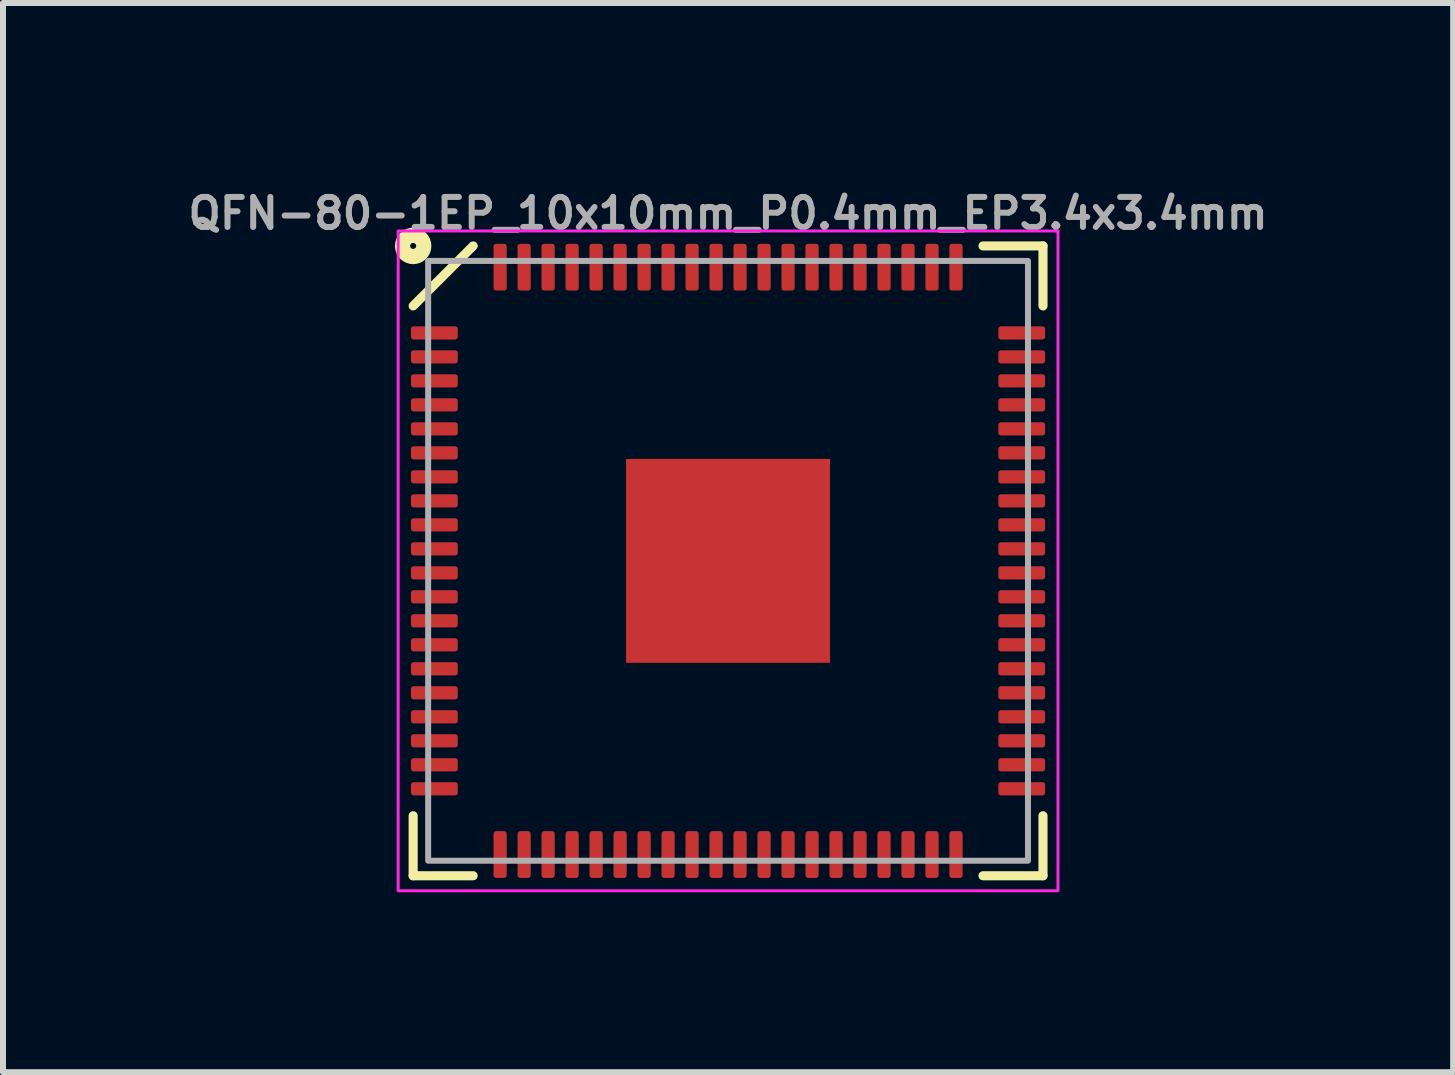
<source format=kicad_pcb>
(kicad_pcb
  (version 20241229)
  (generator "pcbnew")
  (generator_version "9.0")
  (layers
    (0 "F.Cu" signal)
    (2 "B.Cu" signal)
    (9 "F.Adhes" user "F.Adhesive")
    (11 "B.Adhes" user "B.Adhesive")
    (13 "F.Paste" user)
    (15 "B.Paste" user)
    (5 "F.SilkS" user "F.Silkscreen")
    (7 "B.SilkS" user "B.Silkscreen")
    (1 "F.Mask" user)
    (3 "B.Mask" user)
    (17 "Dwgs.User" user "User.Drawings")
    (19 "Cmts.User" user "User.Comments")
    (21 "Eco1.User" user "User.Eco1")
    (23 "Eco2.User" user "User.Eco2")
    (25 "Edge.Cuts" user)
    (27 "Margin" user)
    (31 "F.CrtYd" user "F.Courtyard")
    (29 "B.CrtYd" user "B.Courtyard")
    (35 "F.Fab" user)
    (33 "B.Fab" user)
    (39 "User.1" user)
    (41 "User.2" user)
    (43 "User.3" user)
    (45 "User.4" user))
  (footprint "QFN-80-1EP_10x10mm_P0.4mm_EP3.4x3.4mm"
    (layer "F.Cu")
    (at 9.088 6.3)
    (property "Reference" "QFN-80-1EP_10x10mm_P0.4mm_EP3.4x3.4mm" (at 0 -5.5 180) (layer "F.Fab") (effects (font (size 0.5 0.5) (thickness 0.1) (bold yes)) (justify bottom)))
    (fp_line (start -5.25 5.25) (end -5.25 4.25) (stroke (width 0.152) (type solid)) (layer "F.SilkS"))
    (fp_line (start -4.25 -5.25) (end -5.25 -4.25) (stroke (width 0.152) (type solid)) (layer "F.SilkS"))
    (fp_line (start -4.25 5.25) (end -5.25 5.25) (stroke (width 0.152) (type solid)) (layer "F.SilkS"))
    (fp_line (start 4.25 5.25) (end 5.25 5.25) (stroke (width 0.152) (type solid)) (layer "F.SilkS"))
    (fp_line (start 5.25 -5.25) (end 4.25 -5.25) (stroke (width 0.152) (type solid)) (layer "F.SilkS"))
    (fp_line (start 5.25 -4.25) (end 5.25 -5.25) (stroke (width 0.152) (type solid)) (layer "F.SilkS"))
    (fp_line (start 5.25 4.25) (end 5.25 5.25) (stroke (width 0.152) (type solid)) (layer "F.SilkS"))
    (fp_circle (center -5.25 -5.25) (end -5.2 -5.25) (stroke (width 0.254) (type solid)) (fill no) (layer "F.SilkS"))
    (fp_rect (start -3.9 -5.225) (end -3.7 -4.575) (stroke (width 0) (type default)) (fill yes) (layer "F.Paste"))
    (fp_rect (start -3.9 4.6) (end -3.7 5.25) (stroke (width 0) (type default)) (fill yes) (layer "F.Paste"))
    (fp_rect (start -3.5 -5.225) (end -3.3 -4.575) (stroke (width 0) (type default)) (fill yes) (layer "F.Paste"))
    (fp_rect (start -3.5 4.6) (end -3.3 5.25) (stroke (width 0) (type default)) (fill yes) (layer "F.Paste"))
    (fp_rect (start -3.1 -5.225) (end -2.9 -4.575) (stroke (width 0) (type default)) (fill yes) (layer "F.Paste"))
    (fp_rect (start -3.1 4.6) (end -2.9 5.25) (stroke (width 0) (type default)) (fill yes) (layer "F.Paste"))
    (fp_rect (start -2.7 -5.225) (end -2.5 -4.575) (stroke (width 0) (type default)) (fill yes) (layer "F.Paste"))
    (fp_rect (start -2.7 4.6) (end -2.5 5.25) (stroke (width 0) (type default)) (fill yes) (layer "F.Paste"))
    (fp_rect (start -2.3 -5.225) (end -2.1 -4.575) (stroke (width 0) (type default)) (fill yes) (layer "F.Paste"))
    (fp_rect (start -2.3 4.6) (end -2.1 5.25) (stroke (width 0) (type default)) (fill yes) (layer "F.Paste"))
    (fp_rect (start -1.9 -5.225) (end -1.7 -4.575) (stroke (width 0) (type default)) (fill yes) (layer "F.Paste"))
    (fp_rect (start -1.9 4.6) (end -1.7 5.25) (stroke (width 0) (type default)) (fill yes) (layer "F.Paste"))
    (fp_rect (start -1.5 -5.225) (end -1.3 -4.575) (stroke (width 0) (type default)) (fill yes) (layer "F.Paste"))
    (fp_rect (start -1.5 4.6) (end -1.3 5.25) (stroke (width 0) (type default)) (fill yes) (layer "F.Paste"))
    (fp_rect (start -1.1 -5.225) (end -0.9 -4.575) (stroke (width 0) (type default)) (fill yes) (layer "F.Paste"))
    (fp_rect (start -1.1 4.6) (end -0.9 5.25) (stroke (width 0) (type default)) (fill yes) (layer "F.Paste"))
    (fp_rect (start -0.7 -5.225) (end -0.5 -4.575) (stroke (width 0) (type default)) (fill yes) (layer "F.Paste"))
    (fp_rect (start -0.7 4.6) (end -0.5 5.25) (stroke (width 0) (type default)) (fill yes) (layer "F.Paste"))
    (fp_rect (start -0.3 -5.225) (end -0.1 -4.575) (stroke (width 0) (type default)) (fill yes) (layer "F.Paste"))
    (fp_rect (start -0.3 4.6) (end -0.1 5.25) (stroke (width 0) (type default)) (fill yes) (layer "F.Paste"))
    (fp_rect (start 0.1 -5.225) (end 0.3 -4.575) (stroke (width 0) (type default)) (fill yes) (layer "F.Paste"))
    (fp_rect (start 0.1 4.6) (end 0.3 5.25) (stroke (width 0) (type default)) (fill yes) (layer "F.Paste"))
    (fp_rect (start 0.5 -5.225) (end 0.7 -4.575) (stroke (width 0) (type default)) (fill yes) (layer "F.Paste"))
    (fp_rect (start 0.5 4.6) (end 0.7 5.25) (stroke (width 0) (type default)) (fill yes) (layer "F.Paste"))
    (fp_rect (start 0.9 -5.225) (end 1.1 -4.575) (stroke (width 0) (type default)) (fill yes) (layer "F.Paste"))
    (fp_rect (start 0.9 4.6) (end 1.1 5.25) (stroke (width 0) (type default)) (fill yes) (layer "F.Paste"))
    (fp_rect (start 1.3 -5.225) (end 1.5 -4.575) (stroke (width 0) (type default)) (fill yes) (layer "F.Paste"))
    (fp_rect (start 1.3 4.6) (end 1.5 5.25) (stroke (width 0) (type default)) (fill yes) (layer "F.Paste"))
    (fp_rect (start 1.7 -5.225) (end 1.9 -4.575) (stroke (width 0) (type default)) (fill yes) (layer "F.Paste"))
    (fp_rect (start 1.7 4.6) (end 1.9 5.25) (stroke (width 0) (type default)) (fill yes) (layer "F.Paste"))
    (fp_rect (start 2.1 -5.225) (end 2.3 -4.575) (stroke (width 0) (type default)) (fill yes) (layer "F.Paste"))
    (fp_rect (start 2.1 4.6) (end 2.3 5.25) (stroke (width 0) (type default)) (fill yes) (layer "F.Paste"))
    (fp_rect (start 2.5 -5.225) (end 2.7 -4.575) (stroke (width 0) (type default)) (fill yes) (layer "F.Paste"))
    (fp_rect (start 2.5 4.6) (end 2.7 5.25) (stroke (width 0) (type default)) (fill yes) (layer "F.Paste"))
    (fp_rect (start 2.9 -5.225) (end 3.1 -4.575) (stroke (width 0) (type default)) (fill yes) (layer "F.Paste"))
    (fp_rect (start 2.9 4.6) (end 3.1 5.25) (stroke (width 0) (type default)) (fill yes) (layer "F.Paste"))
    (fp_rect (start 3.3 -5.225) (end 3.5 -4.575) (stroke (width 0) (type default)) (fill yes) (layer "F.Paste"))
    (fp_rect (start 3.3 4.6) (end 3.5 5.25) (stroke (width 0) (type default)) (fill yes) (layer "F.Paste"))
    (fp_rect (start 3.7 -5.225) (end 3.9 -4.575) (stroke (width 0) (type default)) (fill yes) (layer "F.Paste"))
    (fp_rect (start 3.7 4.6) (end 3.9 5.25) (stroke (width 0) (type default)) (fill yes) (layer "F.Paste"))
    (fp_poly (pts (xy -5.225 -3.7) (xy -4.575 -3.7) (xy -4.575 -3.9) (xy -5.225 -3.9)) (stroke (width 0) (type default)) (fill yes) (layer "F.Paste"))
    (fp_poly (pts (xy -5.225 -3.3) (xy -4.575 -3.3) (xy -4.575 -3.5) (xy -5.225 -3.5)) (stroke (width 0) (type default)) (fill yes) (layer "F.Paste"))
    (fp_poly (pts (xy -5.225 -2.9) (xy -4.575 -2.9) (xy -4.575 -3.1) (xy -5.225 -3.1)) (stroke (width 0) (type default)) (fill yes) (layer "F.Paste"))
    (fp_poly (pts (xy -5.225 -2.5) (xy -4.575 -2.5) (xy -4.575 -2.7) (xy -5.225 -2.7)) (stroke (width 0) (type default)) (fill yes) (layer "F.Paste"))
    (fp_poly (pts (xy -5.225 -2.1) (xy -4.575 -2.1) (xy -4.575 -2.3) (xy -5.225 -2.3)) (stroke (width 0) (type default)) (fill yes) (layer "F.Paste"))
    (fp_poly (pts (xy -5.225 -1.7) (xy -4.575 -1.7) (xy -4.575 -1.9) (xy -5.225 -1.9)) (stroke (width 0) (type default)) (fill yes) (layer "F.Paste"))
    (fp_poly (pts (xy -5.225 -1.3) (xy -4.575 -1.3) (xy -4.575 -1.5) (xy -5.225 -1.5)) (stroke (width 0) (type default)) (fill yes) (layer "F.Paste"))
    (fp_poly (pts (xy -5.225 -0.9) (xy -4.575 -0.9) (xy -4.575 -1.1) (xy -5.225 -1.1)) (stroke (width 0) (type default)) (fill yes) (layer "F.Paste"))
    (fp_poly (pts (xy -5.225 -0.5) (xy -4.575 -0.5) (xy -4.575 -0.7) (xy -5.225 -0.7)) (stroke (width 0) (type default)) (fill yes) (layer "F.Paste"))
    (fp_poly (pts (xy -5.225 -0.1) (xy -4.575 -0.1) (xy -4.575 -0.3) (xy -5.225 -0.3)) (stroke (width 0) (type default)) (fill yes) (layer "F.Paste"))
    (fp_poly (pts (xy -5.225 0.3) (xy -4.575 0.3) (xy -4.575 0.1) (xy -5.225 0.1)) (stroke (width 0) (type default)) (fill yes) (layer "F.Paste"))
    (fp_poly (pts (xy -5.225 0.7) (xy -4.575 0.7) (xy -4.575 0.5) (xy -5.225 0.5)) (stroke (width 0) (type default)) (fill yes) (layer "F.Paste"))
    (fp_poly (pts (xy -5.225 1.1) (xy -4.575 1.1) (xy -4.575 0.9) (xy -5.225 0.9)) (stroke (width 0) (type default)) (fill yes) (layer "F.Paste"))
    (fp_poly (pts (xy -5.225 1.5) (xy -4.575 1.5) (xy -4.575 1.3) (xy -5.225 1.3)) (stroke (width 0) (type default)) (fill yes) (layer "F.Paste"))
    (fp_poly (pts (xy -5.225 1.9) (xy -4.575 1.9) (xy -4.575 1.7) (xy -5.225 1.7)) (stroke (width 0) (type default)) (fill yes) (layer "F.Paste"))
    (fp_poly (pts (xy -5.225 2.3) (xy -4.575 2.3) (xy -4.575 2.1) (xy -5.225 2.1)) (stroke (width 0) (type default)) (fill yes) (layer "F.Paste"))
    (fp_poly (pts (xy -5.225 2.7) (xy -4.575 2.7) (xy -4.575 2.5) (xy -5.225 2.5)) (stroke (width 0) (type default)) (fill yes) (layer "F.Paste"))
    (fp_poly (pts (xy -5.225 3.1) (xy -4.575 3.1) (xy -4.575 2.9) (xy -5.225 2.9)) (stroke (width 0) (type default)) (fill yes) (layer "F.Paste"))
    (fp_poly (pts (xy -5.225 3.5) (xy -4.575 3.5) (xy -4.575 3.3) (xy -5.225 3.3)) (stroke (width 0) (type default)) (fill yes) (layer "F.Paste"))
    (fp_poly (pts (xy -5.225 3.9) (xy -4.575 3.9) (xy -4.575 3.7) (xy -5.225 3.7)) (stroke (width 0) (type default)) (fill yes) (layer "F.Paste"))
    (fp_poly (pts (xy -1 -0.4) (xy -0.4 -0.4) (xy -0.4 -1) (xy -1 -1)) (stroke (width 0) (type default)) (fill yes) (layer "F.Paste"))
    (fp_poly (pts (xy -1 1) (xy -0.4 1) (xy -0.4 0.4) (xy -1 0.4)) (stroke (width 0) (type default)) (fill yes) (layer "F.Paste"))
    (fp_poly (pts (xy 0.4 -0.4) (xy 1 -0.4) (xy 1 -1) (xy 0.4 -1)) (stroke (width 0) (type default)) (fill yes) (layer "F.Paste"))
    (fp_poly (pts (xy 0.4 1) (xy 1 1) (xy 1 0.4) (xy 0.4 0.4)) (stroke (width 0) (type default)) (fill yes) (layer "F.Paste"))
    (fp_poly (pts (xy 4.575 -3.7) (xy 5.225 -3.7) (xy 5.225 -3.9) (xy 4.575 -3.9)) (stroke (width 0) (type default)) (fill yes) (layer "F.Paste"))
    (fp_poly (pts (xy 4.575 -3.3) (xy 5.225 -3.3) (xy 5.225 -3.5) (xy 4.575 -3.5)) (stroke (width 0) (type default)) (fill yes) (layer "F.Paste"))
    (fp_poly (pts (xy 4.575 -2.9) (xy 5.225 -2.9) (xy 5.225 -3.1) (xy 4.575 -3.1)) (stroke (width 0) (type default)) (fill yes) (layer "F.Paste"))
    (fp_poly (pts (xy 4.575 -2.5) (xy 5.225 -2.5) (xy 5.225 -2.7) (xy 4.575 -2.7)) (stroke (width 0) (type default)) (fill yes) (layer "F.Paste"))
    (fp_poly (pts (xy 4.575 -2.1) (xy 5.225 -2.1) (xy 5.225 -2.3) (xy 4.575 -2.3)) (stroke (width 0) (type default)) (fill yes) (layer "F.Paste"))
    (fp_poly (pts (xy 4.575 -1.7) (xy 5.225 -1.7) (xy 5.225 -1.9) (xy 4.575 -1.9)) (stroke (width 0) (type default)) (fill yes) (layer "F.Paste"))
    (fp_poly (pts (xy 4.575 -1.3) (xy 5.225 -1.3) (xy 5.225 -1.5) (xy 4.575 -1.5)) (stroke (width 0) (type default)) (fill yes) (layer "F.Paste"))
    (fp_poly (pts (xy 4.575 -0.9) (xy 5.225 -0.9) (xy 5.225 -1.1) (xy 4.575 -1.1)) (stroke (width 0) (type default)) (fill yes) (layer "F.Paste"))
    (fp_poly (pts (xy 4.575 -0.5) (xy 5.225 -0.5) (xy 5.225 -0.7) (xy 4.575 -0.7)) (stroke (width 0) (type default)) (fill yes) (layer "F.Paste"))
    (fp_poly (pts (xy 4.575 -0.1) (xy 5.225 -0.1) (xy 5.225 -0.3) (xy 4.575 -0.3)) (stroke (width 0) (type default)) (fill yes) (layer "F.Paste"))
    (fp_poly (pts (xy 4.575 0.3) (xy 5.225 0.3) (xy 5.225 0.1) (xy 4.575 0.1)) (stroke (width 0) (type default)) (fill yes) (layer "F.Paste"))
    (fp_poly (pts (xy 4.575 0.7) (xy 5.225 0.7) (xy 5.225 0.5) (xy 4.575 0.5)) (stroke (width 0) (type default)) (fill yes) (layer "F.Paste"))
    (fp_poly (pts (xy 4.575 1.1) (xy 5.225 1.1) (xy 5.225 0.9) (xy 4.575 0.9)) (stroke (width 0) (type default)) (fill yes) (layer "F.Paste"))
    (fp_poly (pts (xy 4.575 1.5) (xy 5.225 1.5) (xy 5.225 1.3) (xy 4.575 1.3)) (stroke (width 0) (type default)) (fill yes) (layer "F.Paste"))
    (fp_poly (pts (xy 4.575 1.9) (xy 5.225 1.9) (xy 5.225 1.7) (xy 4.575 1.7)) (stroke (width 0) (type default)) (fill yes) (layer "F.Paste"))
    (fp_poly (pts (xy 4.575 2.3) (xy 5.225 2.3) (xy 5.225 2.1) (xy 4.575 2.1)) (stroke (width 0) (type default)) (fill yes) (layer "F.Paste"))
    (fp_poly (pts (xy 4.575 2.7) (xy 5.225 2.7) (xy 5.225 2.5) (xy 4.575 2.5)) (stroke (width 0) (type default)) (fill yes) (layer "F.Paste"))
    (fp_poly (pts (xy 4.575 3.1) (xy 5.225 3.1) (xy 5.225 2.9) (xy 4.575 2.9)) (stroke (width 0) (type default)) (fill yes) (layer "F.Paste"))
    (fp_poly (pts (xy 4.575 3.5) (xy 5.225 3.5) (xy 5.225 3.3) (xy 4.575 3.3)) (stroke (width 0) (type default)) (fill yes) (layer "F.Paste"))
    (fp_poly (pts (xy 4.575 3.9) (xy 5.225 3.9) (xy 5.225 3.7) (xy 4.575 3.7)) (stroke (width 0) (type default)) (fill yes) (layer "F.Paste"))
    (fp_rect (start 5.5 -5.5) (end -5.5 5.5) (stroke (width 0.05) (type default)) (fill no) (layer "F.CrtYd"))
    (fp_rect (start -5 -5) (end 5 5) (stroke (width 0.1) (type default)) (fill no) (layer "F.Fab"))
    (pad "1" smd roundrect (at -4.896 -3.8 180) (size 0.78 0.22) (layers "F.Cu" "F.Mask") (roundrect_rratio 0.2))
    (pad "2" smd roundrect (at -4.896 -3.4 180) (size 0.78 0.22) (layers "F.Cu" "F.Mask") (roundrect_rratio 0.2))
    (pad "3" smd roundrect (at -4.896 -3 180) (size 0.78 0.22) (layers "F.Cu" "F.Mask") (roundrect_rratio 0.2))
    (pad "4" smd roundrect (at -4.896 -2.6 180) (size 0.78 0.22) (layers "F.Cu" "F.Mask") (roundrect_rratio 0.2))
    (pad "5" smd roundrect (at -4.896 -2.2 180) (size 0.78 0.22) (layers "F.Cu" "F.Mask") (roundrect_rratio 0.2))
    (pad "6" smd roundrect (at -4.896 -1.8 180) (size 0.78 0.22) (layers "F.Cu" "F.Mask") (roundrect_rratio 0.2))
    (pad "7" smd roundrect (at -4.896 -1.4 180) (size 0.78 0.22) (layers "F.Cu" "F.Mask") (roundrect_rratio 0.2))
    (pad "8" smd roundrect (at -4.896 -1 180) (size 0.78 0.22) (layers "F.Cu" "F.Mask") (roundrect_rratio 0.2))
    (pad "9" smd roundrect (at -4.896 -0.6 180) (size 0.78 0.22) (layers "F.Cu" "F.Mask") (roundrect_rratio 0.2))
    (pad "10" smd roundrect (at -4.896 -0.2 180) (size 0.78 0.22) (layers "F.Cu" "F.Mask") (roundrect_rratio 0.2))
    (pad "11" smd roundrect (at -4.896 0.2 180) (size 0.78 0.22) (layers "F.Cu" "F.Mask") (roundrect_rratio 0.2))
    (pad "12" smd roundrect (at -4.896 0.6 180) (size 0.78 0.22) (layers "F.Cu" "F.Mask") (roundrect_rratio 0.2))
    (pad "13" smd roundrect (at -4.896 1 180) (size 0.78 0.22) (layers "F.Cu" "F.Mask") (roundrect_rratio 0.2))
    (pad "14" smd roundrect (at -4.896 1.4 180) (size 0.78 0.22) (layers "F.Cu" "F.Mask") (roundrect_rratio 0.2))
    (pad "15" smd roundrect (at -4.896 1.8 180) (size 0.78 0.22) (layers "F.Cu" "F.Mask") (roundrect_rratio 0.2))
    (pad "16" smd roundrect (at -4.896 2.2 180) (size 0.78 0.22) (layers "F.Cu" "F.Mask") (roundrect_rratio 0.2))
    (pad "17" smd roundrect (at -4.896 2.6 180) (size 0.78 0.22) (layers "F.Cu" "F.Mask") (roundrect_rratio 0.2))
    (pad "18" smd roundrect (at -4.896 3 180) (size 0.78 0.22) (layers "F.Cu" "F.Mask") (roundrect_rratio 0.2))
    (pad "19" smd roundrect (at -4.896 3.4 180) (size 0.78 0.22) (layers "F.Cu" "F.Mask") (roundrect_rratio 0.2))
    (pad "20" smd roundrect (at -4.896 3.8 180) (size 0.78 0.22) (layers "F.Cu" "F.Mask") (roundrect_rratio 0.2))
    (pad "21" smd roundrect (at -3.8 4.896 270) (size 0.78 0.22) (layers "F.Cu" "F.Mask") (roundrect_rratio 0.2))
    (pad "22" smd roundrect (at -3.4 4.896 270) (size 0.78 0.22) (layers "F.Cu" "F.Mask") (roundrect_rratio 0.2))
    (pad "23" smd roundrect (at -3 4.896 270) (size 0.78 0.22) (layers "F.Cu" "F.Mask") (roundrect_rratio 0.2))
    (pad "24" smd roundrect (at -2.6 4.896 270) (size 0.78 0.22) (layers "F.Cu" "F.Mask") (roundrect_rratio 0.2))
    (pad "25" smd roundrect (at -2.2 4.896 270) (size 0.78 0.22) (layers "F.Cu" "F.Mask") (roundrect_rratio 0.2))
    (pad "26" smd roundrect (at -1.8 4.896 270) (size 0.78 0.22) (layers "F.Cu" "F.Mask") (roundrect_rratio 0.2))
    (pad "27" smd roundrect (at -1.4 4.896 270) (size 0.78 0.22) (layers "F.Cu" "F.Mask") (roundrect_rratio 0.2))
    (pad "28" smd roundrect (at -1 4.896 270) (size 0.78 0.22) (layers "F.Cu" "F.Mask") (roundrect_rratio 0.2))
    (pad "29" smd roundrect (at -0.6 4.896 270) (size 0.78 0.22) (layers "F.Cu" "F.Mask") (roundrect_rratio 0.2))
    (pad "30" smd roundrect (at -0.2 4.896 270) (size 0.78 0.22) (layers "F.Cu" "F.Mask") (roundrect_rratio 0.2))
    (pad "31" smd roundrect (at 0.2 4.896 270) (size 0.78 0.22) (layers "F.Cu" "F.Mask") (roundrect_rratio 0.2))
    (pad "32" smd roundrect (at 0.6 4.896 270) (size 0.78 0.22) (layers "F.Cu" "F.Mask") (roundrect_rratio 0.2))
    (pad "33" smd roundrect (at 1 4.896 270) (size 0.78 0.22) (layers "F.Cu" "F.Mask") (roundrect_rratio 0.2))
    (pad "34" smd roundrect (at 1.4 4.896 270) (size 0.78 0.22) (layers "F.Cu" "F.Mask") (roundrect_rratio 0.2))
    (pad "35" smd roundrect (at 1.8 4.896 270) (size 0.78 0.22) (layers "F.Cu" "F.Mask") (roundrect_rratio 0.2))
    (pad "36" smd roundrect (at 2.2 4.896 270) (size 0.78 0.22) (layers "F.Cu" "F.Mask") (roundrect_rratio 0.2))
    (pad "37" smd roundrect (at 2.6 4.896 270) (size 0.78 0.22) (layers "F.Cu" "F.Mask") (roundrect_rratio 0.2))
    (pad "38" smd roundrect (at 3 4.896 270) (size 0.78 0.22) (layers "F.Cu" "F.Mask") (roundrect_rratio 0.2))
    (pad "39" smd roundrect (at 3.4 4.896 270) (size 0.78 0.22) (layers "F.Cu" "F.Mask") (roundrect_rratio 0.2))
    (pad "40" smd roundrect (at 3.8 4.896 270) (size 0.78 0.22) (layers "F.Cu" "F.Mask") (roundrect_rratio 0.2))
    (pad "41" smd roundrect (at 4.896 3.8) (size 0.78 0.22) (layers "F.Cu" "F.Mask") (roundrect_rratio 0.2))
    (pad "42" smd roundrect (at 4.896 3.4) (size 0.78 0.22) (layers "F.Cu" "F.Mask") (roundrect_rratio 0.2))
    (pad "43" smd roundrect (at 4.896 3) (size 0.78 0.22) (layers "F.Cu" "F.Mask") (roundrect_rratio 0.2))
    (pad "44" smd roundrect (at 4.896 2.6) (size 0.78 0.22) (layers "F.Cu" "F.Mask") (roundrect_rratio 0.2))
    (pad "45" smd roundrect (at 4.896 2.2) (size 0.78 0.22) (layers "F.Cu" "F.Mask") (roundrect_rratio 0.2))
    (pad "46" smd roundrect (at 4.896 1.8) (size 0.78 0.22) (layers "F.Cu" "F.Mask") (roundrect_rratio 0.2))
    (pad "47" smd roundrect (at 4.896 1.4) (size 0.78 0.22) (layers "F.Cu" "F.Mask") (roundrect_rratio 0.2))
    (pad "48" smd roundrect (at 4.896 1) (size 0.78 0.22) (layers "F.Cu" "F.Mask") (roundrect_rratio 0.2))
    (pad "49" smd roundrect (at 4.896 0.6) (size 0.78 0.22) (layers "F.Cu" "F.Mask") (roundrect_rratio 0.2))
    (pad "50" smd roundrect (at 4.896 0.2) (size 0.78 0.22) (layers "F.Cu" "F.Mask") (roundrect_rratio 0.2))
    (pad "51" smd roundrect (at 4.896 -0.2) (size 0.78 0.22) (layers "F.Cu" "F.Mask") (roundrect_rratio 0.2))
    (pad "52" smd roundrect (at 4.896 -0.6) (size 0.78 0.22) (layers "F.Cu" "F.Mask") (roundrect_rratio 0.2))
    (pad "53" smd roundrect (at 4.896 -1) (size 0.78 0.22) (layers "F.Cu" "F.Mask") (roundrect_rratio 0.2))
    (pad "54" smd roundrect (at 4.896 -1.4) (size 0.78 0.22) (layers "F.Cu" "F.Mask") (roundrect_rratio 0.2))
    (pad "55" smd roundrect (at 4.896 -1.8) (size 0.78 0.22) (layers "F.Cu" "F.Mask") (roundrect_rratio 0.2))
    (pad "56" smd roundrect (at 4.896 -2.2) (size 0.78 0.22) (layers "F.Cu" "F.Mask") (roundrect_rratio 0.2))
    (pad "57" smd roundrect (at 4.896 -2.6) (size 0.78 0.22) (layers "F.Cu" "F.Mask") (roundrect_rratio 0.2))
    (pad "58" smd roundrect (at 4.896 -3) (size 0.78 0.22) (layers "F.Cu" "F.Mask") (roundrect_rratio 0.2))
    (pad "59" smd roundrect (at 4.896 -3.4) (size 0.78 0.22) (layers "F.Cu" "F.Mask") (roundrect_rratio 0.2))
    (pad "60" smd roundrect (at 4.896 -3.8) (size 0.78 0.22) (layers "F.Cu" "F.Mask") (roundrect_rratio 0.2))
    (pad "61" smd roundrect (at 3.8 -4.896 90) (size 0.78 0.22) (layers "F.Cu" "F.Mask") (roundrect_rratio 0.2))
    (pad "62" smd roundrect (at 3.4 -4.896 90) (size 0.78 0.22) (layers "F.Cu" "F.Mask") (roundrect_rratio 0.2))
    (pad "63" smd roundrect (at 3 -4.896 90) (size 0.78 0.22) (layers "F.Cu" "F.Mask") (roundrect_rratio 0.2))
    (pad "64" smd roundrect (at 2.6 -4.896 90) (size 0.78 0.22) (layers "F.Cu" "F.Mask") (roundrect_rratio 0.2))
    (pad "65" smd roundrect (at 2.2 -4.896 90) (size 0.78 0.22) (layers "F.Cu" "F.Mask") (roundrect_rratio 0.2))
    (pad "66" smd roundrect (at 1.8 -4.896 90) (size 0.78 0.22) (layers "F.Cu" "F.Mask") (roundrect_rratio 0.2))
    (pad "67" smd roundrect (at 1.4 -4.896 90) (size 0.78 0.22) (layers "F.Cu" "F.Mask") (roundrect_rratio 0.2))
    (pad "68" smd roundrect (at 1 -4.896 90) (size 0.78 0.22) (layers "F.Cu" "F.Mask") (roundrect_rratio 0.2))
    (pad "69" smd roundrect (at 0.6 -4.896 90) (size 0.78 0.22) (layers "F.Cu" "F.Mask") (roundrect_rratio 0.2))
    (pad "70" smd roundrect (at 0.2 -4.896 90) (size 0.78 0.22) (layers "F.Cu" "F.Mask") (roundrect_rratio 0.2))
    (pad "71" smd roundrect (at -0.2 -4.896 90) (size 0.78 0.22) (layers "F.Cu" "F.Mask") (roundrect_rratio 0.2))
    (pad "72" smd roundrect (at -0.6 -4.896 90) (size 0.78 0.22) (layers "F.Cu" "F.Mask") (roundrect_rratio 0.2))
    (pad "73" smd roundrect (at -1 -4.896 90) (size 0.78 0.22) (layers "F.Cu" "F.Mask") (roundrect_rratio 0.2))
    (pad "74" smd roundrect (at -1.4 -4.896 90) (size 0.78 0.22) (layers "F.Cu" "F.Mask") (roundrect_rratio 0.2))
    (pad "75" smd roundrect (at -1.8 -4.896 90) (size 0.78 0.22) (layers "F.Cu" "F.Mask") (roundrect_rratio 0.2))
    (pad "76" smd roundrect (at -2.2 -4.896 90) (size 0.78 0.22) (layers "F.Cu" "F.Mask") (roundrect_rratio 0.2))
    (pad "77" smd roundrect (at -2.6 -4.896 90) (size 0.78 0.22) (layers "F.Cu" "F.Mask") (roundrect_rratio 0.2))
    (pad "78" smd roundrect (at -3 -4.896 90) (size 0.78 0.22) (layers "F.Cu" "F.Mask") (roundrect_rratio 0.2))
    (pad "79" smd roundrect (at -3.4 -4.896 90) (size 0.78 0.22) (layers "F.Cu" "F.Mask") (roundrect_rratio 0.2))
    (pad "80" smd roundrect (at -3.8 -4.896 90) (size 0.78 0.22) (layers "F.Cu" "F.Mask") (roundrect_rratio 0.2))
    (pad "EP" smd rect (at 0 0) (size 3.4 3.4) (layers "F.Cu" "F.Mask")))
  (gr_rect
    (start -3 -3)
    (end 21.176 14.825)
    (stroke (width 0.1) (type default))
    (fill no)
    (layer "Edge.Cuts")))
</source>
